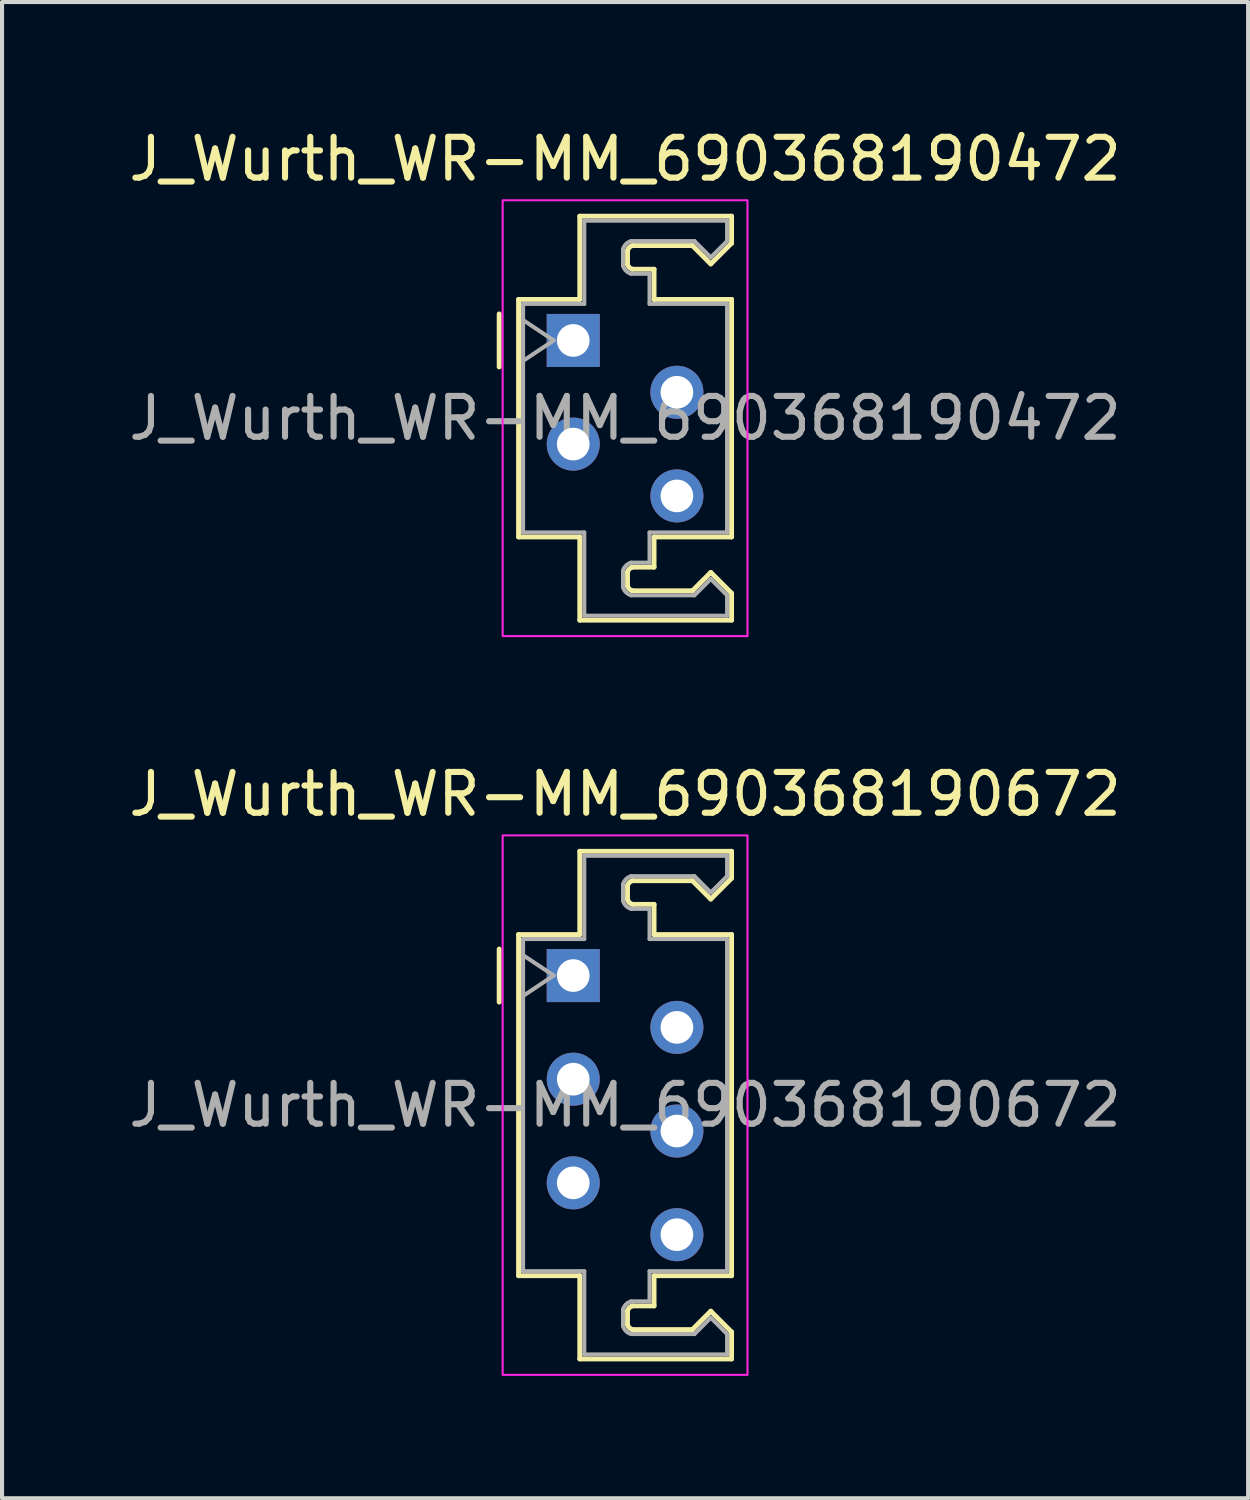
<source format=kicad_pcb>
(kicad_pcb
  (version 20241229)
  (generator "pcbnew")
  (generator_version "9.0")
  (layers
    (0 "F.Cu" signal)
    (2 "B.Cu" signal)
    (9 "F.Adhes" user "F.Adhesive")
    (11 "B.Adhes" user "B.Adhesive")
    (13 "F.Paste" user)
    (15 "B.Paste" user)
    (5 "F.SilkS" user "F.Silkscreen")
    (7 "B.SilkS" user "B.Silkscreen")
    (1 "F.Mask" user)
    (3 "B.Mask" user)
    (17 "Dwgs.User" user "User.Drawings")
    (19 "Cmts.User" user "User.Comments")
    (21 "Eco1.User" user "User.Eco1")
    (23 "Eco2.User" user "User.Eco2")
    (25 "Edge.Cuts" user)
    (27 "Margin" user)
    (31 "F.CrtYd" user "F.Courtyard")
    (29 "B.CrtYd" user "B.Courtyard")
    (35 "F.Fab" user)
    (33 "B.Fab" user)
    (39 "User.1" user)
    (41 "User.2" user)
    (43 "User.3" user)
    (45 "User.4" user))
  (footprint "J_Wurth_WR-MM_690368190672"
    (layer "F.Cu")
    (at 10.998 20.857)
    (property "Reference" "J_Wurth_WR-MM_690368190672" (at 1.27 -4.445 0) (unlocked yes) (layer "F.SilkS") (effects (font (size 1 1) (thickness 0.15))))
    (attr through_hole)
    (fp_line (start -1.815 0.65) (end -1.815 -0.65) (stroke (width 0.12) (type solid)) (layer "F.SilkS"))
    (fp_line (start -1.34 -1.005) (end 0.16 -1.005) (stroke (width 0.12) (type solid)) (layer "F.SilkS"))
    (fp_line (start -1.34 7.355) (end -1.34 -1.005) (stroke (width 0.12) (type solid)) (layer "F.SilkS"))
    (fp_line (start -1.34 7.355) (end 0.16 7.355) (stroke (width 0.12) (type solid)) (layer "F.SilkS"))
    (fp_line (start 0.16 -3.045) (end 3.88 -3.045) (stroke (width 0.12) (type solid)) (layer "F.SilkS"))
    (fp_line (start 0.16 -1.005) (end 0.16 -3.045) (stroke (width 0.12) (type solid)) (layer "F.SilkS"))
    (fp_line (start 0.16 7.355) (end 0.16 9.395) (stroke (width 0.12) (type solid)) (layer "F.SilkS"))
    (fp_line (start 0.16 9.395) (end 3.88 9.395) (stroke (width 0.12) (type solid)) (layer "F.SilkS"))
    (fp_line (start 1.33 -2.205) (end 1.33 -1.865) (stroke (width 0.12) (type solid)) (layer "F.SilkS"))
    (fp_line (start 1.33 8.556) (end 1.33 8.214) (stroke (width 0.12) (type solid)) (layer "F.SilkS"))
    (fp_line (start 1.45 -2.325) (end 2.92 -2.325) (stroke (width 0.12) (type solid)) (layer "F.SilkS"))
    (fp_line (start 1.45 8.675) (end 2.92 8.675) (stroke (width 0.12) (type solid)) (layer "F.SilkS"))
    (fp_line (start 1.98 -1.745) (end 1.45 -1.745) (stroke (width 0.12) (type solid)) (layer "F.SilkS"))
    (fp_line (start 1.98 -1.005) (end 1.98 -1.745) (stroke (width 0.12) (type solid)) (layer "F.SilkS"))
    (fp_line (start 1.98 7.355) (end 1.98 8.095) (stroke (width 0.12) (type solid)) (layer "F.SilkS"))
    (fp_line (start 1.98 8.095) (end 1.45 8.095) (stroke (width 0.12) (type solid)) (layer "F.SilkS"))
    (fp_line (start 2.92 -2.325) (end 3.37 -1.875) (stroke (width 0.12) (type solid)) (layer "F.SilkS"))
    (fp_line (start 2.92 8.675) (end 3.37 8.225) (stroke (width 0.12) (type solid)) (layer "F.SilkS"))
    (fp_line (start 3.88 -3.045) (end 3.88 -2.385) (stroke (width 0.12) (type solid)) (layer "F.SilkS"))
    (fp_line (start 3.88 -2.385) (end 3.37 -1.875) (stroke (width 0.12) (type solid)) (layer "F.SilkS"))
    (fp_line (start 3.88 -1.005) (end 1.98 -1.005) (stroke (width 0.12) (type solid)) (layer "F.SilkS"))
    (fp_line (start 3.88 7.355) (end 1.98 7.355) (stroke (width 0.12) (type solid)) (layer "F.SilkS"))
    (fp_line (start 3.88 7.355) (end 3.88 -1.005) (stroke (width 0.12) (type solid)) (layer "F.SilkS"))
    (fp_line (start 3.88 8.735) (end 3.37 8.225) (stroke (width 0.12) (type solid)) (layer "F.SilkS"))
    (fp_line (start 3.88 9.395) (end 3.88 8.735) (stroke (width 0.12) (type solid)) (layer "F.SilkS"))
    (fp_arc (start 1.330001 -2.2055) (mid 1.373741 -2.28126) (end 1.4495 -2.325) (stroke (width 0.12) (type solid)) (layer "F.SilkS"))
    (fp_arc (start 1.330002 8.214501) (mid 1.373741 8.138741) (end 1.4495 8.095001) (stroke (width 0.12) (type solid)) (layer "F.SilkS"))
    (fp_arc (start 1.4495 -1.745001) (mid 1.373741 -1.788741) (end 1.330002 -1.864501) (stroke (width 0.12) (type solid)) (layer "F.SilkS"))
    (fp_arc (start 1.4495 8.675) (mid 1.373741 8.63126) (end 1.330001 8.5555) (stroke (width 0.12) (type solid)) (layer "F.SilkS"))
    (fp_rect (start -1.73 -3.435) (end 4.27 9.785) (stroke (width 0.05) (type solid)) (fill no) (layer "F.CrtYd"))
    (fp_line (start -1.23 -0.895) (end 0.27 -0.895) (stroke (width 0.1) (type solid)) (layer "F.Fab"))
    (fp_line (start -1.23 7.245) (end -1.23 -0.895) (stroke (width 0.1) (type solid)) (layer "F.Fab"))
    (fp_line (start -1.23 7.245) (end 0.27 7.245) (stroke (width 0.1) (type solid)) (layer "F.Fab"))
    (fp_line (start -0.48 0) (end -1.23 -0.5) (stroke (width 0.1) (type solid)) (layer "F.Fab"))
    (fp_line (start -0.48 0) (end -1.23 0.5) (stroke (width 0.1) (type solid)) (layer "F.Fab"))
    (fp_line (start 0.27 -2.935) (end 3.77 -2.935) (stroke (width 0.1) (type solid)) (layer "F.Fab"))
    (fp_line (start 0.27 -0.895) (end 0.27 -2.935) (stroke (width 0.1) (type solid)) (layer "F.Fab"))
    (fp_line (start 0.27 9.285) (end 0.27 7.245) (stroke (width 0.1) (type solid)) (layer "F.Fab"))
    (fp_line (start 0.27 9.285) (end 3.77 9.285) (stroke (width 0.1) (type solid)) (layer "F.Fab"))
    (fp_line (start 1.22 -2.235) (end 1.22 -1.835) (stroke (width 0.1) (type solid)) (layer "F.Fab"))
    (fp_line (start 1.22 8.585) (end 1.22 8.185) (stroke (width 0.1) (type solid)) (layer "F.Fab"))
    (fp_line (start 1.42 -1.635) (end 1.87 -1.635) (stroke (width 0.1) (type solid)) (layer "F.Fab"))
    (fp_line (start 1.42 7.985) (end 1.87 7.985) (stroke (width 0.1) (type solid)) (layer "F.Fab"))
    (fp_line (start 1.87 -1.635) (end 1.87 -0.895) (stroke (width 0.1) (type solid)) (layer "F.Fab"))
    (fp_line (start 1.87 -0.895) (end 3.77 -0.895) (stroke (width 0.1) (type solid)) (layer "F.Fab"))
    (fp_line (start 1.87 7.245) (end 3.77 7.245) (stroke (width 0.1) (type solid)) (layer "F.Fab"))
    (fp_line (start 1.87 7.985) (end 1.87 7.245) (stroke (width 0.1) (type solid)) (layer "F.Fab"))
    (fp_line (start 2.97 -2.435) (end 1.42 -2.435) (stroke (width 0.1) (type solid)) (layer "F.Fab"))
    (fp_line (start 2.97 8.785) (end 1.42 8.785) (stroke (width 0.1) (type solid)) (layer "F.Fab"))
    (fp_line (start 3.37 -2.035) (end 2.97 -2.435) (stroke (width 0.1) (type solid)) (layer "F.Fab"))
    (fp_line (start 3.37 8.385) (end 2.97 8.785) (stroke (width 0.1) (type solid)) (layer "F.Fab"))
    (fp_line (start 3.77 -2.435) (end 3.37 -2.035) (stroke (width 0.1) (type solid)) (layer "F.Fab"))
    (fp_line (start 3.77 -2.435) (end 3.77 -2.935) (stroke (width 0.1) (type solid)) (layer "F.Fab"))
    (fp_line (start 3.77 7.245) (end 3.77 -0.895) (stroke (width 0.1) (type solid)) (layer "F.Fab"))
    (fp_line (start 3.77 8.785) (end 3.37 8.385) (stroke (width 0.1) (type solid)) (layer "F.Fab"))
    (fp_line (start 3.77 9.285) (end 3.77 8.785) (stroke (width 0.1) (type solid)) (layer "F.Fab"))
    (fp_arc (start 1.22 -2.235) (mid 1.293204 -2.361796) (end 1.419999 -2.435002) (stroke (width 0.1) (type default)) (layer "F.Fab"))
    (fp_arc (start 1.22 8.185) (mid 1.293205 8.058205) (end 1.42 7.985) (stroke (width 0.1) (type default)) (layer "F.Fab"))
    (fp_arc (start 1.42 -1.635) (mid 1.293204 -1.708204) (end 1.219998 -1.834998) (stroke (width 0.1) (type default)) (layer "F.Fab"))
    (fp_arc (start 1.42 8.785) (mid 1.293205 8.711795) (end 1.22 8.585) (stroke (width 0.1) (type default)) (layer "F.Fab"))
    (fp_text user "${REFERENCE}" (at 1.27 3.175 0) (unlocked yes) (layer "F.Fab") (effects (font (size 1 1) (thickness 0.15))))
    (pad "1" thru_hole rect (at 0 0 90) (size 1.3 1.3) (drill 0.8) (layers "*.Cu" "*.Mask"))
    (pad "2" thru_hole circle (at 2.54 1.27 90) (size 1.3 1.3) (drill 0.8) (layers "*.Cu" "*.Mask"))
    (pad "3" thru_hole circle (at 0 2.54 90) (size 1.3 1.3) (drill 0.8) (layers "*.Cu" "*.Mask"))
    (pad "4" thru_hole circle (at 2.54 3.81 90) (size 1.3 1.3) (drill 0.8) (layers "*.Cu" "*.Mask"))
    (pad "5" thru_hole circle (at 0 5.08 90) (size 1.3 1.3) (drill 0.8) (layers "*.Cu" "*.Mask"))
    (pad "6" thru_hole circle (at 2.54 6.35 90) (size 1.3 1.3) (drill 0.8) (layers "*.Cu" "*.Mask")))
  (footprint "J_Wurth_WR-MM_690368190472"
    (layer "F.Cu")
    (at 10.998 5.293)
    (property "Reference" "J_Wurth_WR-MM_690368190472" (at 1.27 -4.445 0) (unlocked yes) (layer "F.SilkS") (effects (font (size 1 1) (thickness 0.15))))
    (attr through_hole)
    (fp_line (start -1.815 0.65) (end -1.815 -0.65) (stroke (width 0.12) (type solid)) (layer "F.SilkS"))
    (fp_line (start -1.34 -1.005) (end 0.16 -1.005) (stroke (width 0.12) (type solid)) (layer "F.SilkS"))
    (fp_line (start -1.34 4.815) (end -1.34 -1.005) (stroke (width 0.12) (type solid)) (layer "F.SilkS"))
    (fp_line (start -1.34 4.815) (end 0.16 4.815) (stroke (width 0.12) (type solid)) (layer "F.SilkS"))
    (fp_line (start 0.16 -3.045) (end 3.88 -3.045) (stroke (width 0.12) (type solid)) (layer "F.SilkS"))
    (fp_line (start 0.16 -1.005) (end 0.16 -3.045) (stroke (width 0.12) (type solid)) (layer "F.SilkS"))
    (fp_line (start 0.16 4.815) (end 0.16 6.855) (stroke (width 0.12) (type solid)) (layer "F.SilkS"))
    (fp_line (start 0.16 6.855) (end 3.88 6.855) (stroke (width 0.12) (type solid)) (layer "F.SilkS"))
    (fp_line (start 1.33 -2.205) (end 1.33 -1.865) (stroke (width 0.12) (type solid)) (layer "F.SilkS"))
    (fp_line (start 1.33 6.016) (end 1.33 5.675) (stroke (width 0.12) (type solid)) (layer "F.SilkS"))
    (fp_line (start 1.45 -2.325) (end 2.92 -2.325) (stroke (width 0.12) (type solid)) (layer "F.SilkS"))
    (fp_line (start 1.45 6.135) (end 2.92 6.135) (stroke (width 0.12) (type solid)) (layer "F.SilkS"))
    (fp_line (start 1.98 -1.745) (end 1.45 -1.745) (stroke (width 0.12) (type solid)) (layer "F.SilkS"))
    (fp_line (start 1.98 -1.005) (end 1.98 -1.745) (stroke (width 0.12) (type solid)) (layer "F.SilkS"))
    (fp_line (start 1.98 4.815) (end 1.98 5.555) (stroke (width 0.12) (type solid)) (layer "F.SilkS"))
    (fp_line (start 1.98 5.555) (end 1.45 5.555) (stroke (width 0.12) (type solid)) (layer "F.SilkS"))
    (fp_line (start 2.92 -2.325) (end 3.37 -1.875) (stroke (width 0.12) (type solid)) (layer "F.SilkS"))
    (fp_line (start 2.92 6.135) (end 3.37 5.685) (stroke (width 0.12) (type solid)) (layer "F.SilkS"))
    (fp_line (start 3.88 -3.045) (end 3.88 -2.385) (stroke (width 0.12) (type solid)) (layer "F.SilkS"))
    (fp_line (start 3.88 -2.385) (end 3.37 -1.875) (stroke (width 0.12) (type solid)) (layer "F.SilkS"))
    (fp_line (start 3.88 -1.005) (end 1.98 -1.005) (stroke (width 0.12) (type solid)) (layer "F.SilkS"))
    (fp_line (start 3.88 4.815) (end 1.98 4.815) (stroke (width 0.12) (type solid)) (layer "F.SilkS"))
    (fp_line (start 3.88 4.815) (end 3.88 -1.005) (stroke (width 0.12) (type solid)) (layer "F.SilkS"))
    (fp_line (start 3.88 6.195) (end 3.37 5.685) (stroke (width 0.12) (type solid)) (layer "F.SilkS"))
    (fp_line (start 3.88 6.855) (end 3.88 6.195) (stroke (width 0.12) (type solid)) (layer "F.SilkS"))
    (fp_arc (start 1.330001 -2.2055) (mid 1.373741 -2.28126) (end 1.4495 -2.325) (stroke (width 0.12) (type solid)) (layer "F.SilkS"))
    (fp_arc (start 1.330002 5.674501) (mid 1.373741 5.598741) (end 1.4495 5.555001) (stroke (width 0.12) (type solid)) (layer "F.SilkS"))
    (fp_arc (start 1.4495 -1.745001) (mid 1.373741 -1.788741) (end 1.330002 -1.864501) (stroke (width 0.12) (type solid)) (layer "F.SilkS"))
    (fp_arc (start 1.4495 6.135) (mid 1.373741 6.09126) (end 1.330001 6.0155) (stroke (width 0.12) (type solid)) (layer "F.SilkS"))
    (fp_rect (start -1.73 -3.435) (end 4.27 7.245) (stroke (width 0.05) (type solid)) (fill no) (layer "F.CrtYd"))
    (fp_line (start -1.23 -0.895) (end 0.27 -0.895) (stroke (width 0.1) (type solid)) (layer "F.Fab"))
    (fp_line (start -1.23 4.705) (end -1.23 -0.895) (stroke (width 0.1) (type solid)) (layer "F.Fab"))
    (fp_line (start -1.23 4.705) (end 0.27 4.705) (stroke (width 0.1) (type solid)) (layer "F.Fab"))
    (fp_line (start -0.48 0) (end -1.23 -0.5) (stroke (width 0.1) (type solid)) (layer "F.Fab"))
    (fp_line (start -0.48 0) (end -1.23 0.5) (stroke (width 0.1) (type solid)) (layer "F.Fab"))
    (fp_line (start 0.27 -2.935) (end 3.77 -2.935) (stroke (width 0.1) (type solid)) (layer "F.Fab"))
    (fp_line (start 0.27 -0.895) (end 0.27 -2.935) (stroke (width 0.1) (type solid)) (layer "F.Fab"))
    (fp_line (start 0.27 6.745) (end 0.27 4.705) (stroke (width 0.1) (type solid)) (layer "F.Fab"))
    (fp_line (start 0.27 6.745) (end 3.77 6.745) (stroke (width 0.1) (type solid)) (layer "F.Fab"))
    (fp_line (start 1.22 -2.235) (end 1.22 -1.835) (stroke (width 0.1) (type solid)) (layer "F.Fab"))
    (fp_line (start 1.22 6.045) (end 1.22 5.645) (stroke (width 0.1) (type solid)) (layer "F.Fab"))
    (fp_line (start 1.42 -1.635) (end 1.87 -1.635) (stroke (width 0.1) (type solid)) (layer "F.Fab"))
    (fp_line (start 1.42 5.445) (end 1.87 5.445) (stroke (width 0.1) (type solid)) (layer "F.Fab"))
    (fp_line (start 1.87 -1.635) (end 1.87 -0.895) (stroke (width 0.1) (type solid)) (layer "F.Fab"))
    (fp_line (start 1.87 -0.895) (end 3.77 -0.895) (stroke (width 0.1) (type solid)) (layer "F.Fab"))
    (fp_line (start 1.87 4.705) (end 3.77 4.705) (stroke (width 0.1) (type solid)) (layer "F.Fab"))
    (fp_line (start 1.87 5.445) (end 1.87 4.705) (stroke (width 0.1) (type solid)) (layer "F.Fab"))
    (fp_line (start 2.97 -2.435) (end 1.42 -2.435) (stroke (width 0.1) (type solid)) (layer "F.Fab"))
    (fp_line (start 2.97 6.245) (end 1.42 6.245) (stroke (width 0.1) (type solid)) (layer "F.Fab"))
    (fp_line (start 3.37 -2.035) (end 2.97 -2.435) (stroke (width 0.1) (type solid)) (layer "F.Fab"))
    (fp_line (start 3.37 5.845) (end 2.97 6.245) (stroke (width 0.1) (type solid)) (layer "F.Fab"))
    (fp_line (start 3.77 -2.435) (end 3.37 -2.035) (stroke (width 0.1) (type solid)) (layer "F.Fab"))
    (fp_line (start 3.77 -2.435) (end 3.77 -2.935) (stroke (width 0.1) (type solid)) (layer "F.Fab"))
    (fp_line (start 3.77 4.705) (end 3.77 -0.895) (stroke (width 0.1) (type solid)) (layer "F.Fab"))
    (fp_line (start 3.77 6.245) (end 3.37 5.845) (stroke (width 0.1) (type solid)) (layer "F.Fab"))
    (fp_line (start 3.77 6.745) (end 3.77 6.245) (stroke (width 0.1) (type solid)) (layer "F.Fab"))
    (fp_arc (start 1.22 -2.235) (mid 1.293204 -2.361796) (end 1.419999 -2.435002) (stroke (width 0.1) (type default)) (layer "F.Fab"))
    (fp_arc (start 1.22 5.645) (mid 1.293205 5.518205) (end 1.42 5.445) (stroke (width 0.1) (type default)) (layer "F.Fab"))
    (fp_arc (start 1.42 -1.635) (mid 1.293204 -1.708204) (end 1.219998 -1.834998) (stroke (width 0.1) (type default)) (layer "F.Fab"))
    (fp_arc (start 1.42 6.245) (mid 1.293205 6.171795) (end 1.22 6.045) (stroke (width 0.1) (type default)) (layer "F.Fab"))
    (fp_text user "${REFERENCE}" (at 1.27 1.905 0) (unlocked yes) (layer "F.Fab") (effects (font (size 1 1) (thickness 0.15))))
    (pad "1" thru_hole rect (at 0 0 90) (size 1.3 1.3) (drill 0.8) (layers "*.Cu" "*.Mask"))
    (pad "2" thru_hole circle (at 2.54 1.27 90) (size 1.3 1.3) (drill 0.8) (layers "*.Cu" "*.Mask"))
    (pad "3" thru_hole circle (at 0 2.54 90) (size 1.3 1.3) (drill 0.8) (layers "*.Cu" "*.Mask"))
    (pad "4" thru_hole circle (at 2.54 3.81 90) (size 1.3 1.3) (drill 0.8) (layers "*.Cu" "*.Mask")))
  (gr_rect
    (start -3 -3)
    (end 27.536 33.666)
    (stroke (width 0.1) (type default))
    (fill no)
    (layer "Edge.Cuts")))
</source>
